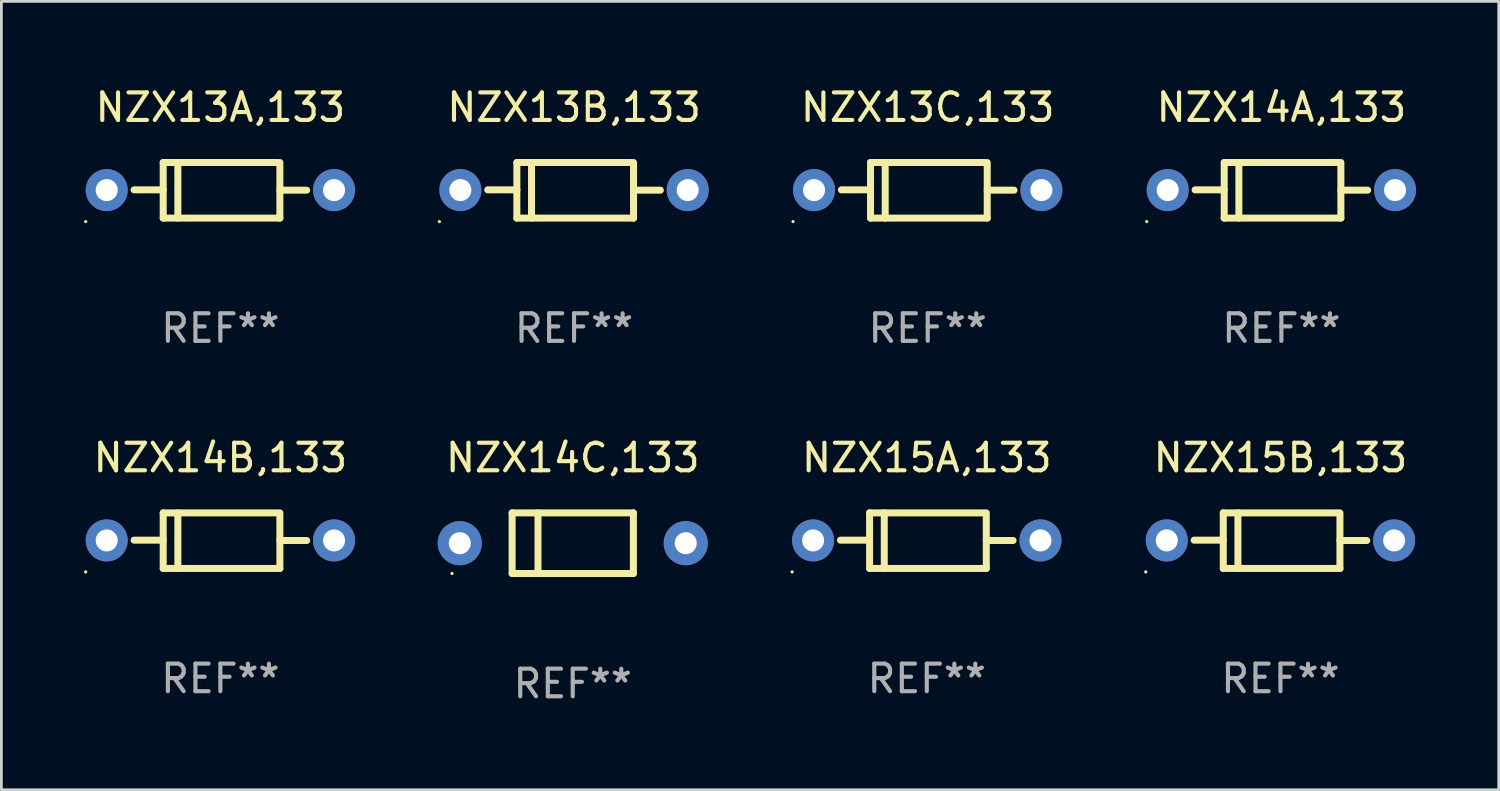
<source format=kicad_pcb>
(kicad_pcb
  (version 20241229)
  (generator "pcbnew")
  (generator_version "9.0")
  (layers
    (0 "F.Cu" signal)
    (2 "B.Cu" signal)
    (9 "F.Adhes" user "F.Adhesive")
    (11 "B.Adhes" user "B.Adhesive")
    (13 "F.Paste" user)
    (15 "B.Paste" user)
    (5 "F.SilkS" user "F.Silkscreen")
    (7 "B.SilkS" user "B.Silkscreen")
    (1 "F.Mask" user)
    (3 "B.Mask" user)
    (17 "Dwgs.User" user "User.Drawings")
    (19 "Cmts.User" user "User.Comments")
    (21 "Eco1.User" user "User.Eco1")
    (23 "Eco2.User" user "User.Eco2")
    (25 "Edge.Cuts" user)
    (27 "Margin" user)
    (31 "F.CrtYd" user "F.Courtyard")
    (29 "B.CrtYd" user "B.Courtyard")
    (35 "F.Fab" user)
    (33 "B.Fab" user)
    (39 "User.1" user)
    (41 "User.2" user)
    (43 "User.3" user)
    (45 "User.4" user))
  (footprint "NZX14C,133"
    (layer "F.Cu")
    (at 17.734 16.661)
    (property "Reference" "NZX14C,133" (at 0 -3.1 0) (layer "F.SilkS") (effects (font (size 1 1) (thickness 0.15))))
    (attr through_hole)
    (fp_line (start -2.2 -1.1) (end -2.2 1.1) (stroke (width 0.254) (type solid)) (layer "F.SilkS"))
    (fp_line (start -2.2 -1.1) (end 2.2 -1.1) (stroke (width 0.254) (type solid)) (layer "F.SilkS"))
    (fp_line (start -2.2 1.1) (end 2.2 1.1) (stroke (width 0.254) (type solid)) (layer "F.SilkS"))
    (fp_line (start -1.261 -1.1) (end -1.261 1.1) (stroke (width 0.254) (type solid)) (layer "F.SilkS"))
    (fp_line (start 2.2 -1.1) (end 2.2 1.1) (stroke (width 0.254) (type solid)) (layer "F.SilkS"))
    (fp_circle (center -4.38 1.1) (end -4.35 1.1) (stroke (width 0.06) (type solid)) (fill no) (layer "F.SilkS"))
    (fp_text user "REF**" (at 0 5.1 0) (layer "F.Fab") (effects (font (size 1 1) (thickness 0.15))))
    (pad "1" thru_hole circle (at -4.1 0) (size 1.6 1.6) (drill 0.8) (layers "*.Cu" "*.Mask"))
    (pad "2" thru_hole circle (at 4.1 0) (size 1.6 1.6) (drill 0.8) (layers "*.Cu" "*.Mask")))
  (footprint "NZX14A,133"
    (layer "F.Cu")
    (at 43.449 3.856)
    (property "Reference" "NZX14A,133" (at 0 -3.008 0) (layer "F.SilkS") (effects (font (size 1 1) (thickness 0.15))))
    (attr through_hole)
    (fp_line (start -2.075 -1.008) (end -2.075 1.008) (stroke (width 0.254) (type solid)) (layer "F.SilkS"))
    (fp_line (start -2.075 -0.017) (end -3.132 -0.017) (stroke (width 0.254) (type solid)) (layer "F.SilkS"))
    (fp_line (start -2.075 1.008) (end 2.159 1.008) (stroke (width 0.254) (type solid)) (layer "F.SilkS"))
    (fp_line (start -1.543 -1.008) (end -1.543 1.008) (stroke (width 0.254) (type solid)) (layer "F.SilkS"))
    (fp_line (start 2.075 -1.008) (end -2.075 -1.008) (stroke (width 0.254) (type solid)) (layer "F.SilkS"))
    (fp_line (start 2.159 -0.005) (end 3.132 -0.005) (stroke (width 0.254) (type solid)) (layer "F.SilkS"))
    (fp_line (start 2.159 1.008) (end 2.159 -1.008) (stroke (width 0.254) (type solid)) (layer "F.SilkS"))
    (fp_circle (center -4.887 1.135) (end -4.857 1.135) (stroke (width 0.06) (type solid)) (fill no) (layer "F.SilkS"))
    (fp_text user "REF**" (at 0 5.008 0) (layer "F.Fab") (effects (font (size 1 1) (thickness 0.15))))
    (pad "1" thru_hole circle (at -4.125 -0.008) (size 1.524 1.524) (drill 0.8) (layers "*.Cu" "*.Mask"))
    (pad "2" thru_hole circle (at 4.125 -0.008) (size 1.524 1.524) (drill 0.8) (layers "*.Cu" "*.Mask")))
  (footprint "NZX15A,133"
    (layer "F.Cu")
    (at 30.581 16.569)
    (property "Reference" "NZX15A,133" (at 0 -3.008 0) (layer "F.SilkS") (effects (font (size 1 1) (thickness 0.15))))
    (attr through_hole)
    (fp_line (start -2.075 -1.008) (end -2.075 1.008) (stroke (width 0.254) (type solid)) (layer "F.SilkS"))
    (fp_line (start -2.075 -0.017) (end -3.132 -0.017) (stroke (width 0.254) (type solid)) (layer "F.SilkS"))
    (fp_line (start -2.075 1.008) (end 2.159 1.008) (stroke (width 0.254) (type solid)) (layer "F.SilkS"))
    (fp_line (start -1.543 -1.008) (end -1.543 1.008) (stroke (width 0.254) (type solid)) (layer "F.SilkS"))
    (fp_line (start 2.075 -1.008) (end -2.075 -1.008) (stroke (width 0.254) (type solid)) (layer "F.SilkS"))
    (fp_line (start 2.159 -0.005) (end 3.132 -0.005) (stroke (width 0.254) (type solid)) (layer "F.SilkS"))
    (fp_line (start 2.159 1.008) (end 2.159 -1.008) (stroke (width 0.254) (type solid)) (layer "F.SilkS"))
    (fp_circle (center -4.887 1.135) (end -4.857 1.135) (stroke (width 0.06) (type solid)) (fill no) (layer "F.SilkS"))
    (fp_text user "REF**" (at 0 5.008 0) (layer "F.Fab") (effects (font (size 1 1) (thickness 0.15))))
    (pad "1" thru_hole circle (at -4.125 -0.008) (size 1.524 1.524) (drill 0.8) (layers "*.Cu" "*.Mask"))
    (pad "2" thru_hole circle (at 4.125 -0.008) (size 1.524 1.524) (drill 0.8) (layers "*.Cu" "*.Mask")))
  (footprint "NZX14B,133"
    (layer "F.Cu")
    (at 4.947 16.569)
    (property "Reference" "NZX14B,133" (at 0 -3.008 0) (layer "F.SilkS") (effects (font (size 1 1) (thickness 0.15))))
    (attr through_hole)
    (fp_line (start -2.075 -1.008) (end -2.075 1.008) (stroke (width 0.254) (type solid)) (layer "F.SilkS"))
    (fp_line (start -2.075 -0.017) (end -3.132 -0.017) (stroke (width 0.254) (type solid)) (layer "F.SilkS"))
    (fp_line (start -2.075 1.008) (end 2.159 1.008) (stroke (width 0.254) (type solid)) (layer "F.SilkS"))
    (fp_line (start -1.543 -1.008) (end -1.543 1.008) (stroke (width 0.254) (type solid)) (layer "F.SilkS"))
    (fp_line (start 2.075 -1.008) (end -2.075 -1.008) (stroke (width 0.254) (type solid)) (layer "F.SilkS"))
    (fp_line (start 2.159 -0.005) (end 3.132 -0.005) (stroke (width 0.254) (type solid)) (layer "F.SilkS"))
    (fp_line (start 2.159 1.008) (end 2.159 -1.008) (stroke (width 0.254) (type solid)) (layer "F.SilkS"))
    (fp_circle (center -4.887 1.135) (end -4.857 1.135) (stroke (width 0.06) (type solid)) (fill no) (layer "F.SilkS"))
    (fp_text user "REF**" (at 0 5.008 0) (layer "F.Fab") (effects (font (size 1 1) (thickness 0.15))))
    (pad "1" thru_hole circle (at -4.125 -0.008) (size 1.524 1.524) (drill 0.8) (layers "*.Cu" "*.Mask"))
    (pad "2" thru_hole circle (at 4.125 -0.008) (size 1.524 1.524) (drill 0.8) (layers "*.Cu" "*.Mask")))
  (footprint "NZX13C,133"
    (layer "F.Cu")
    (at 30.615 3.856)
    (property "Reference" "NZX13C,133" (at 0 -3.008 0) (layer "F.SilkS") (effects (font (size 1 1) (thickness 0.15))))
    (attr through_hole)
    (fp_line (start -2.075 -1.008) (end -2.075 1.008) (stroke (width 0.254) (type solid)) (layer "F.SilkS"))
    (fp_line (start -2.075 -0.017) (end -3.132 -0.017) (stroke (width 0.254) (type solid)) (layer "F.SilkS"))
    (fp_line (start -2.075 1.008) (end 2.159 1.008) (stroke (width 0.254) (type solid)) (layer "F.SilkS"))
    (fp_line (start -1.543 -1.008) (end -1.543 1.008) (stroke (width 0.254) (type solid)) (layer "F.SilkS"))
    (fp_line (start 2.075 -1.008) (end -2.075 -1.008) (stroke (width 0.254) (type solid)) (layer "F.SilkS"))
    (fp_line (start 2.159 -0.005) (end 3.132 -0.005) (stroke (width 0.254) (type solid)) (layer "F.SilkS"))
    (fp_line (start 2.159 1.008) (end 2.159 -1.008) (stroke (width 0.254) (type solid)) (layer "F.SilkS"))
    (fp_circle (center -4.887 1.135) (end -4.857 1.135) (stroke (width 0.06) (type solid)) (fill no) (layer "F.SilkS"))
    (fp_text user "REF**" (at 0 5.008 0) (layer "F.Fab") (effects (font (size 1 1) (thickness 0.15))))
    (pad "1" thru_hole circle (at -4.125 -0.008) (size 1.524 1.524) (drill 0.8) (layers "*.Cu" "*.Mask"))
    (pad "2" thru_hole circle (at 4.125 -0.008) (size 1.524 1.524) (drill 0.8) (layers "*.Cu" "*.Mask")))
  (footprint "NZX15B,133"
    (layer "F.Cu")
    (at 43.415 16.569)
    (property "Reference" "NZX15B,133" (at 0 -3.008 0) (layer "F.SilkS") (effects (font (size 1 1) (thickness 0.15))))
    (attr through_hole)
    (fp_line (start -2.075 -1.008) (end -2.075 1.008) (stroke (width 0.254) (type solid)) (layer "F.SilkS"))
    (fp_line (start -2.075 -0.017) (end -3.132 -0.017) (stroke (width 0.254) (type solid)) (layer "F.SilkS"))
    (fp_line (start -2.075 1.008) (end 2.159 1.008) (stroke (width 0.254) (type solid)) (layer "F.SilkS"))
    (fp_line (start -1.543 -1.008) (end -1.543 1.008) (stroke (width 0.254) (type solid)) (layer "F.SilkS"))
    (fp_line (start 2.075 -1.008) (end -2.075 -1.008) (stroke (width 0.254) (type solid)) (layer "F.SilkS"))
    (fp_line (start 2.159 -0.005) (end 3.132 -0.005) (stroke (width 0.254) (type solid)) (layer "F.SilkS"))
    (fp_line (start 2.159 1.008) (end 2.159 -1.008) (stroke (width 0.254) (type solid)) (layer "F.SilkS"))
    (fp_circle (center -4.887 1.135) (end -4.857 1.135) (stroke (width 0.06) (type solid)) (fill no) (layer "F.SilkS"))
    (fp_text user "REF**" (at 0 5.008 0) (layer "F.Fab") (effects (font (size 1 1) (thickness 0.15))))
    (pad "1" thru_hole circle (at -4.125 -0.008) (size 1.524 1.524) (drill 0.8) (layers "*.Cu" "*.Mask"))
    (pad "2" thru_hole circle (at 4.125 -0.008) (size 1.524 1.524) (drill 0.8) (layers "*.Cu" "*.Mask")))
  (footprint "NZX13B,133"
    (layer "F.Cu")
    (at 17.781 3.856)
    (property "Reference" "NZX13B,133" (at 0 -3.008 0) (layer "F.SilkS") (effects (font (size 1 1) (thickness 0.15))))
    (attr through_hole)
    (fp_line (start -2.075 -1.008) (end -2.075 1.008) (stroke (width 0.254) (type solid)) (layer "F.SilkS"))
    (fp_line (start -2.075 -0.017) (end -3.132 -0.017) (stroke (width 0.254) (type solid)) (layer "F.SilkS"))
    (fp_line (start -2.075 1.008) (end 2.159 1.008) (stroke (width 0.254) (type solid)) (layer "F.SilkS"))
    (fp_line (start -1.543 -1.008) (end -1.543 1.008) (stroke (width 0.254) (type solid)) (layer "F.SilkS"))
    (fp_line (start 2.075 -1.008) (end -2.075 -1.008) (stroke (width 0.254) (type solid)) (layer "F.SilkS"))
    (fp_line (start 2.159 -0.005) (end 3.132 -0.005) (stroke (width 0.254) (type solid)) (layer "F.SilkS"))
    (fp_line (start 2.159 1.008) (end 2.159 -1.008) (stroke (width 0.254) (type solid)) (layer "F.SilkS"))
    (fp_circle (center -4.887 1.135) (end -4.857 1.135) (stroke (width 0.06) (type solid)) (fill no) (layer "F.SilkS"))
    (fp_text user "REF**" (at 0 5.008 0) (layer "F.Fab") (effects (font (size 1 1) (thickness 0.15))))
    (pad "1" thru_hole circle (at -4.125 -0.008) (size 1.524 1.524) (drill 0.8) (layers "*.Cu" "*.Mask"))
    (pad "2" thru_hole circle (at 4.125 -0.008) (size 1.524 1.524) (drill 0.8) (layers "*.Cu" "*.Mask")))
  (footprint "NZX13A,133"
    (layer "F.Cu")
    (at 4.947 3.856)
    (property "Reference" "NZX13A,133" (at 0 -3.008 0) (layer "F.SilkS") (effects (font (size 1 1) (thickness 0.15))))
    (attr through_hole)
    (fp_line (start -2.075 -1.008) (end -2.075 1.008) (stroke (width 0.254) (type solid)) (layer "F.SilkS"))
    (fp_line (start -2.075 -0.017) (end -3.132 -0.017) (stroke (width 0.254) (type solid)) (layer "F.SilkS"))
    (fp_line (start -2.075 1.008) (end 2.159 1.008) (stroke (width 0.254) (type solid)) (layer "F.SilkS"))
    (fp_line (start -1.543 -1.008) (end -1.543 1.008) (stroke (width 0.254) (type solid)) (layer "F.SilkS"))
    (fp_line (start 2.075 -1.008) (end -2.075 -1.008) (stroke (width 0.254) (type solid)) (layer "F.SilkS"))
    (fp_line (start 2.159 -0.005) (end 3.132 -0.005) (stroke (width 0.254) (type solid)) (layer "F.SilkS"))
    (fp_line (start 2.159 1.008) (end 2.159 -1.008) (stroke (width 0.254) (type solid)) (layer "F.SilkS"))
    (fp_circle (center -4.887 1.135) (end -4.857 1.135) (stroke (width 0.06) (type solid)) (fill no) (layer "F.SilkS"))
    (fp_text user "REF**" (at 0 5.008 0) (layer "F.Fab") (effects (font (size 1 1) (thickness 0.15))))
    (pad "1" thru_hole circle (at -4.125 -0.008) (size 1.524 1.524) (drill 0.8) (layers "*.Cu" "*.Mask"))
    (pad "2" thru_hole circle (at 4.125 -0.008) (size 1.524 1.524) (drill 0.8) (layers "*.Cu" "*.Mask")))
  (gr_rect
    (start -3 -3)
    (end 51.336 25.609)
    (stroke (width 0.1) (type default))
    (fill no)
    (layer "Edge.Cuts")))
</source>
